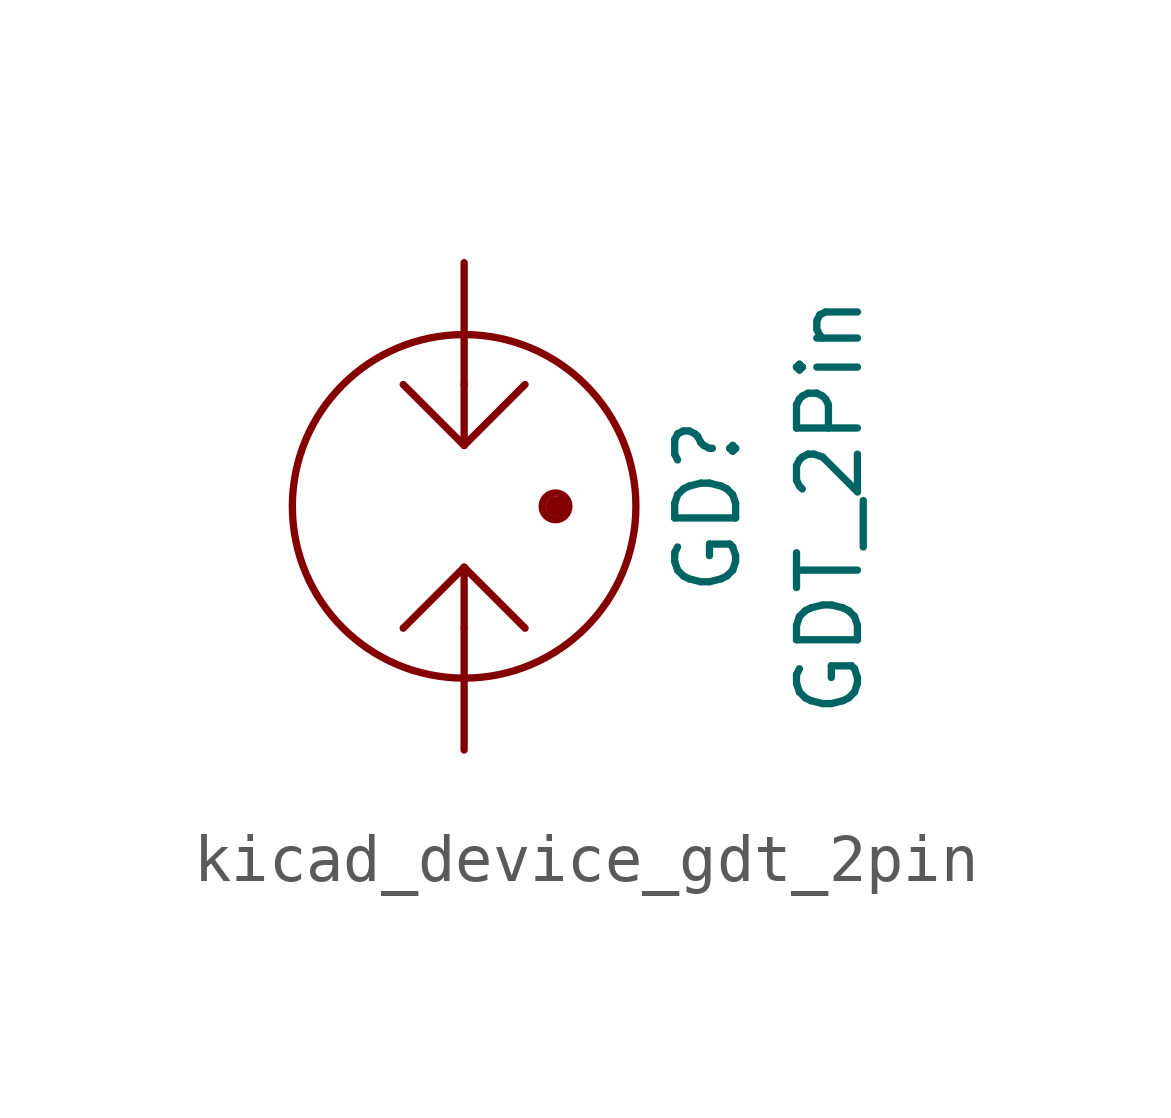
<source format=kicad_sym>
(kicad_symbol_lib
  (version 20220914)
  (generator kicad_symbol_editor)
  (symbol "kicad_device_gdt_2pin"
    (pin_numbers hide)
    (property "Reference" "GD"
      (at 5.08 0 90)
      (effects (font (size 1.27 1.27))))
    (property "Value" "GDT_2Pin"
      (at 7.62 0 90)
      (effects (font (size 1.27 1.27))))
    (symbol "kicad_device_gdt_2pin_0_1"
      (polyline (pts (xy 0 -2.54) (xy 0 -1.27)) (stroke (width 0) (type default)) (fill (type none)))
      (polyline (pts (xy 0 -1.27) (xy -1.27 -2.54)) (stroke (width 0) (type default)) (fill (type none)))
      (polyline (pts (xy 0 -1.27) (xy 1.27 -2.54)) (stroke (width 0) (type default)) (fill (type none)))
      (polyline (pts (xy 0 1.27) (xy -1.27 2.54)) (stroke (width 0) (type default)) (fill (type none)))
      (polyline (pts (xy 0 1.27) (xy 1.27 2.54)) (stroke (width 0) (type default)) (fill (type none)))
      (polyline (pts (xy 0 2.54) (xy 0 1.27)) (stroke (width 0) (type default)) (fill (type none)))
      (circle (center 0 0) (radius 3.581) (stroke (width 0) (type default)) (fill (type none)))
      (circle (center 1.905 0) (radius 0.127) (stroke (width 0) (type default)) (fill (type none)))
      (circle (center 1.905 0) (radius 0.127) (stroke (width 0) (type default)) (fill (type none)))
      (circle (center 1.905 0) (radius 0.279) (stroke (width 0) (type default)) (fill (type none)))
      (circle (center 2.032 0) (radius 0.127) (stroke (width 0) (type default)) (fill (type none))))
    (symbol "kicad_device_gdt_2pin_1_1"
      (pin passive line (at 0 -5.08 90) (length 2.54) (name "~" (effects (font (size 1.27 1.27)))) (number "1" (effects (font (size 1.27 1.27)))))
      (pin passive line (at 0 5.08 270) (length 2.54) (name "~" (effects (font (size 1.27 1.27)))) (number "3" (effects (font (size 1.27 1.27))))))))
</source>
